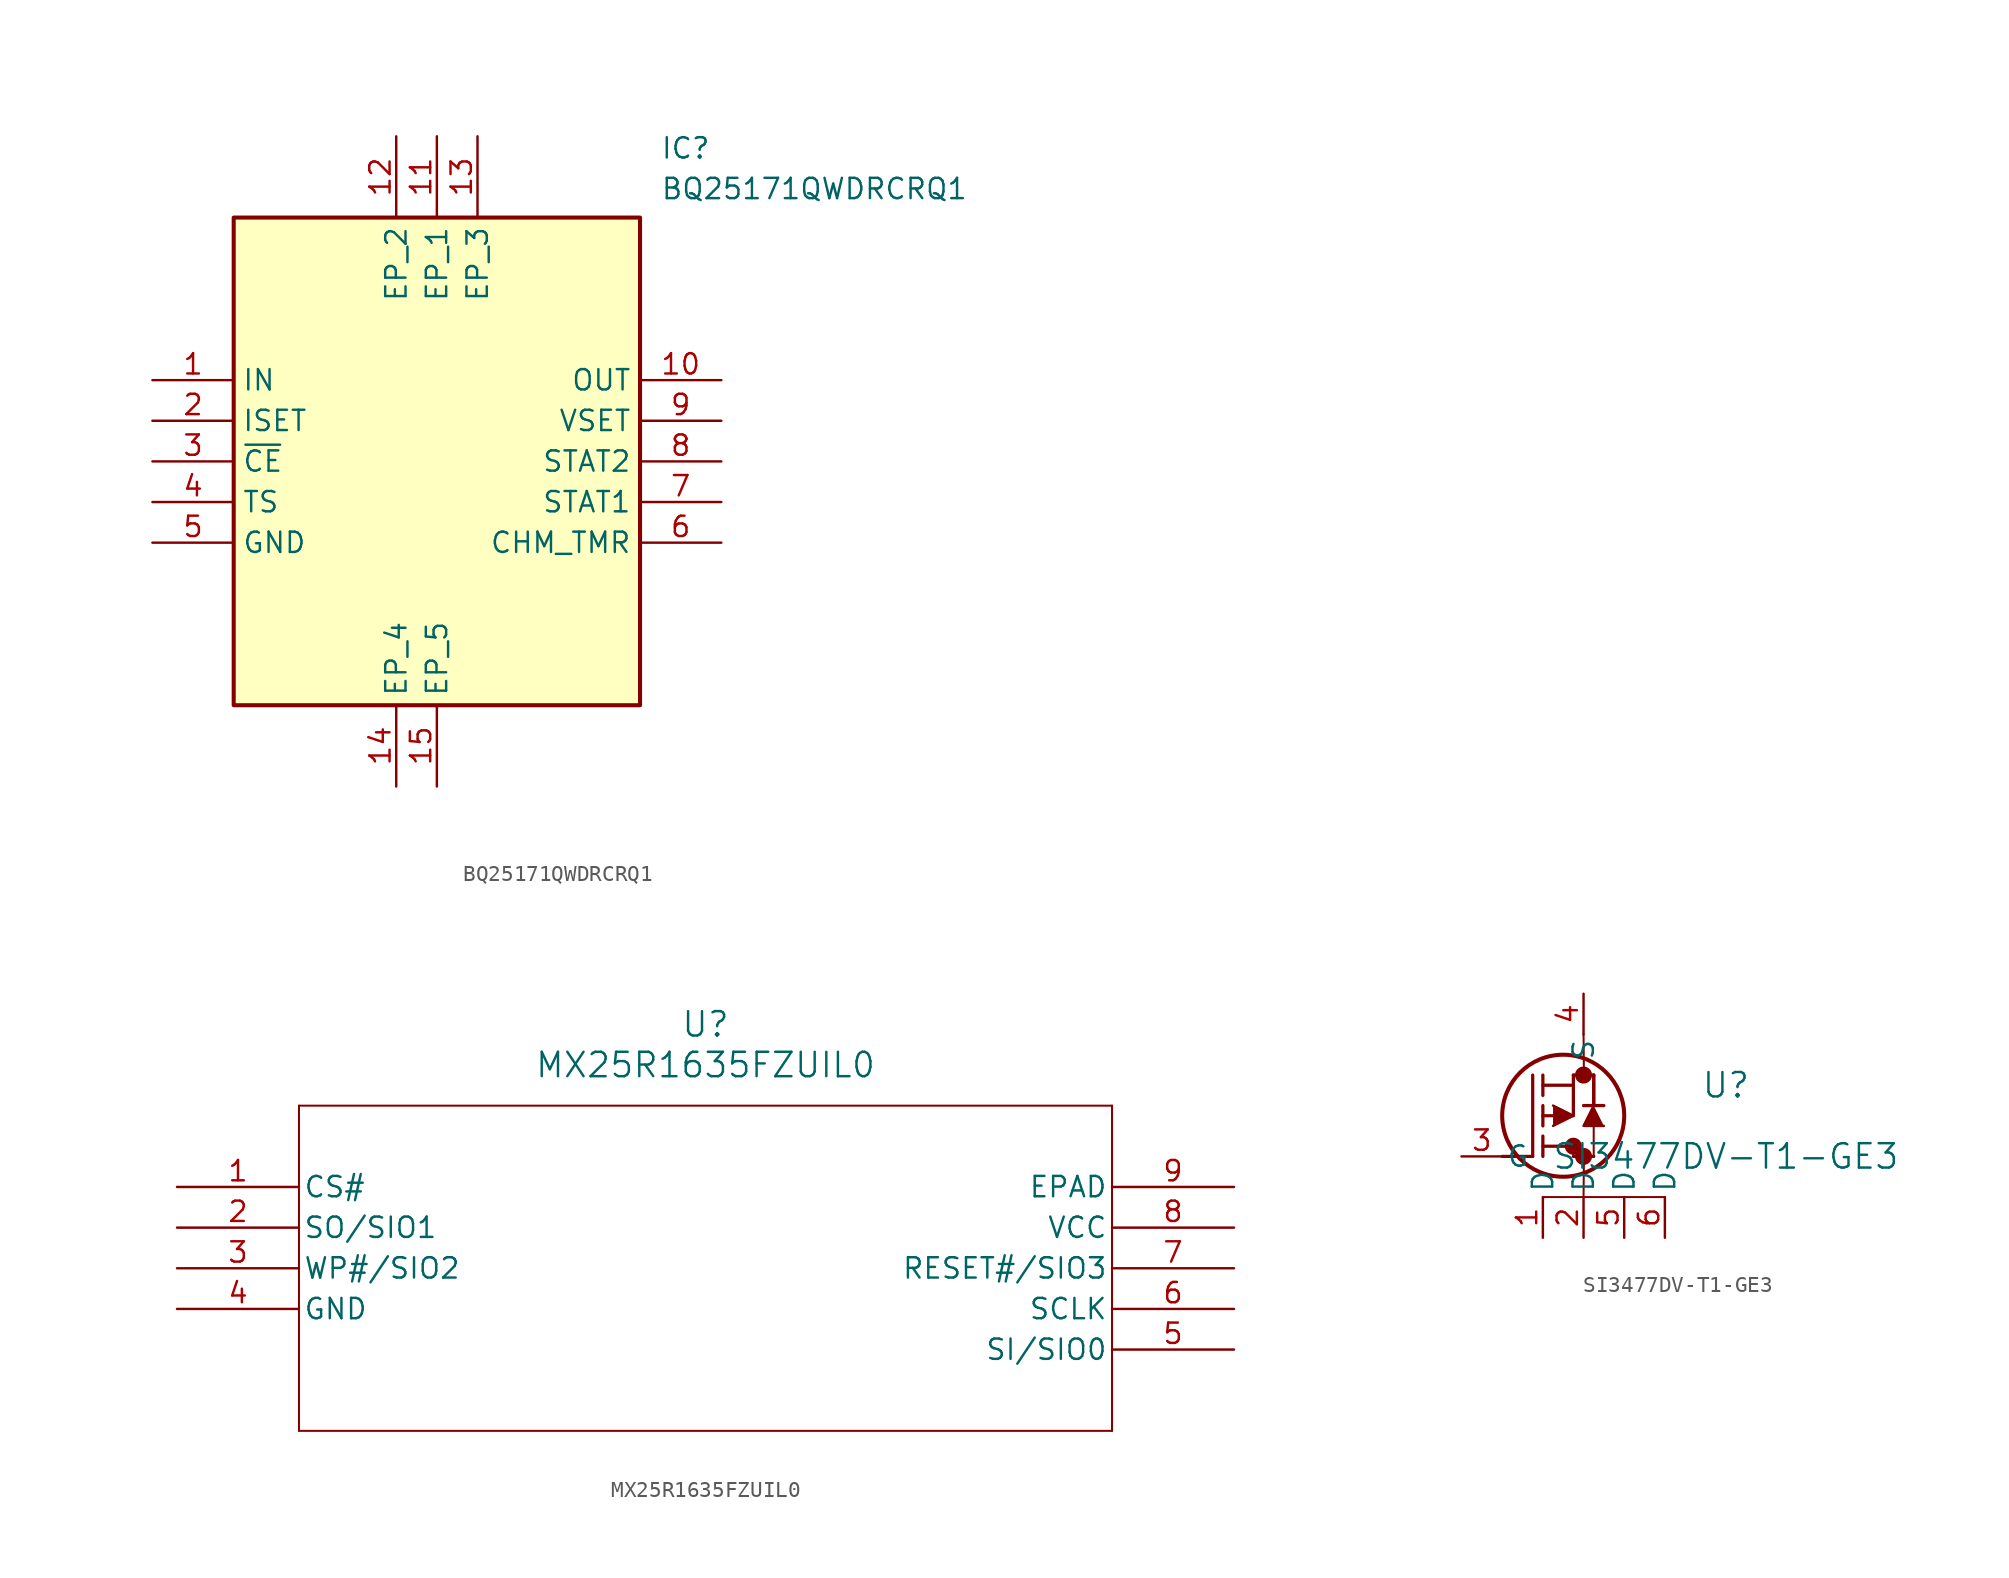
<source format=kicad_sym>
(kicad_symbol_lib
  (version 20241209)
  (generator "kicad_symbol_editor")
  (generator_version "9.0")
  (symbol "BQ25171QWDRCRQ1"
    (property "Reference" "IC"
      (at 31.75 15.24 0)
      (effects (font (size 1.27 1.27)) (justify left top)))
    (property "Value" "BQ25171QWDRCRQ1"
      (at 31.75 12.7 0)
      (effects (font (size 1.27 1.27)) (justify left top)))
    (symbol "BQ25171QWDRCRQ1_1_1"
      (rectangle (start 5.08 10.16) (end 30.48 -20.32) (stroke (width 0.254) (type default)) (fill (type background)))
      (pin passive line (at 0 0 0) (length 5.08) (name "IN" (effects (font (size 1.27 1.27)))) (number "1" (effects (font (size 1.27 1.27)))))
      (pin passive line (at 0 -2.54 0) (length 5.08) (name "ISET" (effects (font (size 1.27 1.27)))) (number "2" (effects (font (size 1.27 1.27)))))
      (pin passive line (at 0 -5.08 0) (length 5.08) (name "~{CE}" (effects (font (size 1.27 1.27)))) (number "3" (effects (font (size 1.27 1.27)))))
      (pin passive line (at 0 -7.62 0) (length 5.08) (name "TS" (effects (font (size 1.27 1.27)))) (number "4" (effects (font (size 1.27 1.27)))))
      (pin passive line (at 0 -10.16 0) (length 5.08) (name "GND" (effects (font (size 1.27 1.27)))) (number "5" (effects (font (size 1.27 1.27)))))
      (pin passive line (at 15.24 15.24 270) (length 5.08) (name "EP_2" (effects (font (size 1.27 1.27)))) (number "12" (effects (font (size 1.27 1.27)))))
      (pin passive line (at 15.24 -25.4 90) (length 5.08) (name "EP_4" (effects (font (size 1.27 1.27)))) (number "14" (effects (font (size 1.27 1.27)))))
      (pin passive line (at 17.78 15.24 270) (length 5.08) (name "EP_1" (effects (font (size 1.27 1.27)))) (number "11" (effects (font (size 1.27 1.27)))))
      (pin passive line (at 17.78 -25.4 90) (length 5.08) (name "EP_5" (effects (font (size 1.27 1.27)))) (number "15" (effects (font (size 1.27 1.27)))))
      (pin passive line (at 20.32 15.24 270) (length 5.08) (name "EP_3" (effects (font (size 1.27 1.27)))) (number "13" (effects (font (size 1.27 1.27)))))
      (pin passive line (at 35.56 0 180) (length 5.08) (name "OUT" (effects (font (size 1.27 1.27)))) (number "10" (effects (font (size 1.27 1.27)))))
      (pin passive line (at 35.56 -2.54 180) (length 5.08) (name "VSET" (effects (font (size 1.27 1.27)))) (number "9" (effects (font (size 1.27 1.27)))))
      (pin passive line (at 35.56 -5.08 180) (length 5.08) (name "STAT2" (effects (font (size 1.27 1.27)))) (number "8" (effects (font (size 1.27 1.27)))))
      (pin passive line (at 35.56 -7.62 180) (length 5.08) (name "STAT1" (effects (font (size 1.27 1.27)))) (number "7" (effects (font (size 1.27 1.27)))))
      (pin passive line (at 35.56 -10.16 180) (length 5.08) (name "CHM_TMR" (effects (font (size 1.27 1.27)))) (number "6" (effects (font (size 1.27 1.27)))))))
  (symbol "MX25R1635FZUIL0"
    (pin_names
      (offset 0.254))
    (property "Reference" "U"
      (at 33.02 10.16 0)
      (effects (font (size 1.524 1.524))))
    (property "Value" "MX25R1635FZUIL0"
      (at 33.02 7.62 0)
      (effects (font (size 1.524 1.524))))
    (property "ki_locked" ""
      (at 0 0 0)
      (effects (font (size 1.27 1.27))))
    (symbol "MX25R1635FZUIL0_0_1"
      (polyline (pts (xy 7.62 5.08) (xy 7.62 -15.24)) (stroke (width 0.127) (type default)) (fill (type none)))
      (polyline (pts (xy 7.62 -15.24) (xy 58.42 -15.24)) (stroke (width 0.127) (type default)) (fill (type none)))
      (polyline (pts (xy 58.42 5.08) (xy 7.62 5.08)) (stroke (width 0.127) (type default)) (fill (type none)))
      (polyline (pts (xy 58.42 -15.24) (xy 58.42 5.08)) (stroke (width 0.127) (type default)) (fill (type none)))
      (pin input line (at 0 0 0) (length 7.62) (name "CS#" (effects (font (size 1.27 1.27)))) (number "1" (effects (font (size 1.27 1.27)))))
      (pin bidirectional line (at 0 -2.54 0) (length 7.62) (name "SO/SIO1" (effects (font (size 1.27 1.27)))) (number "2" (effects (font (size 1.27 1.27)))))
      (pin bidirectional line (at 0 -5.08 0) (length 7.62) (name "WP#/SIO2" (effects (font (size 1.27 1.27)))) (number "3" (effects (font (size 1.27 1.27)))))
      (pin power_out line (at 0 -7.62 0) (length 7.62) (name "GND" (effects (font (size 1.27 1.27)))) (number "4" (effects (font (size 1.27 1.27)))))
      (pin power_out line (at 66.04 0 180) (length 7.62) (name "EPAD" (effects (font (size 1.27 1.27)))) (number "9" (effects (font (size 1.27 1.27)))))
      (pin power_in line (at 66.04 -2.54 180) (length 7.62) (name "VCC" (effects (font (size 1.27 1.27)))) (number "8" (effects (font (size 1.27 1.27)))))
      (pin bidirectional line (at 66.04 -5.08 180) (length 7.62) (name "RESET#/SIO3" (effects (font (size 1.27 1.27)))) (number "7" (effects (font (size 1.27 1.27)))))
      (pin input line (at 66.04 -7.62 180) (length 7.62) (name "SCLK" (effects (font (size 1.27 1.27)))) (number "6" (effects (font (size 1.27 1.27)))))
      (pin bidirectional line (at 66.04 -10.16 180) (length 7.62) (name "SI/SIO0" (effects (font (size 1.27 1.27)))) (number "5" (effects (font (size 1.27 1.27)))))))
  (symbol "SI3477DV-T1-GE3"
    (pin_names
      (offset 0.254))
    (property "Reference" "U"
      (at 16.51 4.445 0)
      (effects (font (size 1.524 1.524))))
    (property "Value" "SI3477DV-T1-GE3"
      (at 16.51 0 0)
      (effects (font (size 1.524 1.524))))
    (property "ki_locked" ""
      (at 0 0 0)
      (effects (font (size 1.27 1.27))))
    (symbol "SI3477DV-T1-GE3_0_1"
      (polyline (pts (xy 2.54 0) (xy 4.445 0)) (stroke (width 0.203) (type default)) (fill (type none)))
      (polyline (pts (xy 4.445 0) (xy 4.445 5.08)) (stroke (width 0.203) (type default)) (fill (type none)))
      (polyline (pts (xy 5.08 4.445) (xy 6.985 4.445)) (stroke (width 0.203) (type default)) (fill (type none)))
      (polyline (pts (xy 5.08 3.81) (xy 5.08 5.08)) (stroke (width 0.203) (type default)) (fill (type none)))
      (polyline (pts (xy 5.08 1.905) (xy 5.08 3.175)) (stroke (width 0.203) (type default)) (fill (type none)))
      (polyline (pts (xy 5.08 0.635) (xy 6.985 0.635)) (stroke (width 0.203) (type default)) (fill (type none)))
      (polyline (pts (xy 5.08 0) (xy 5.08 1.27)) (stroke (width 0.203) (type default)) (fill (type none)))
      (polyline (pts (xy 5.08 -2.54) (xy 12.7 -2.54)) (stroke (width 0.127) (type default)) (fill (type none)))
      (polyline (pts (xy 5.715 2.54) (xy 5.08 2.54)) (stroke (width 0.203) (type default)) (fill (type none)))
      (polyline (pts (xy 5.715 1.905) (xy 6.985 2.54) (xy 5.715 3.175)) (stroke (width 0) (type default)) (fill (type outline)))
      (circle (center 6.35 2.54) (radius 3.81) (stroke (width 0.254) (type default)) (fill (type none)))
      (polyline (pts (xy 6.985 5.08) (xy 8.255 5.08)) (stroke (width 0.203) (type default)) (fill (type none)))
      (polyline (pts (xy 6.985 4.445) (xy 6.985 5.08)) (stroke (width 0.203) (type default)) (fill (type none)))
      (polyline (pts (xy 6.985 4.445) (xy 6.985 2.54)) (stroke (width 0.203) (type default)) (fill (type none)))
      (circle (center 6.985 0.635) (radius 0.025) (stroke (width 0.508) (type default)) (fill (type none)))
      (polyline (pts (xy 6.985 0) (xy 8.255 0)) (stroke (width 0.203) (type default)) (fill (type none)))
      (polyline (pts (xy 7.01 0.635) (xy 6.985 0)) (stroke (width 0.127) (type default)) (fill (type none)))
      (polyline (pts (xy 7.62 7.62) (xy 7.645 5.08)) (stroke (width 0.127) (type default)) (fill (type none)))
      (circle (center 7.62 5.08) (radius 0.025) (stroke (width 0.508) (type default)) (fill (type none)))
      (circle (center 7.62 0) (radius 0.025) (stroke (width 0.508) (type default)) (fill (type none)))
      (polyline (pts (xy 7.62 -2.54) (xy 7.645 0)) (stroke (width 0.127) (type default)) (fill (type none)))
      (polyline (pts (xy 8.255 5.08) (xy 8.255 3.175)) (stroke (width 0.203) (type default)) (fill (type none)))
      (polyline (pts (xy 8.255 3.175) (xy 8.255 5.08)) (stroke (width 0.203) (type default)) (fill (type none)))
      (polyline (pts (xy 8.255 0) (xy 8.255 1.905)) (stroke (width 0.127) (type default)) (fill (type none)))
      (polyline (pts (xy 8.89 3.175) (xy 7.62 3.175)) (stroke (width 0.203) (type default)) (fill (type none)))
      (polyline (pts (xy 8.89 1.905) (xy 7.62 1.905) (xy 8.255 3.175)) (stroke (width 0) (type default)) (fill (type outline)))
      (pin unspecified line (at 0 0 0) (length 2.54) (name "G" (effects (font (size 1.27 1.27)))) (number "3" (effects (font (size 1.27 1.27)))))
      (pin unspecified line (at 5.08 -5.08 90) (length 2.54) (name "D" (effects (font (size 1.27 1.27)))) (number "1" (effects (font (size 1.27 1.27)))))
      (pin unspecified line (at 7.62 10.16 270) (length 2.54) (name "S" (effects (font (size 1.27 1.27)))) (number "4" (effects (font (size 1.27 1.27)))))
      (pin unspecified line (at 7.62 -5.08 90) (length 2.54) (name "D" (effects (font (size 1.27 1.27)))) (number "2" (effects (font (size 1.27 1.27)))))
      (pin unspecified line (at 10.16 -5.08 90) (length 2.54) (name "D" (effects (font (size 1.27 1.27)))) (number "5" (effects (font (size 1.27 1.27)))))
      (pin unspecified line (at 12.7 -5.08 90) (length 2.54) (name "D" (effects (font (size 1.27 1.27)))) (number "6" (effects (font (size 1.27 1.27))))))))
</source>
